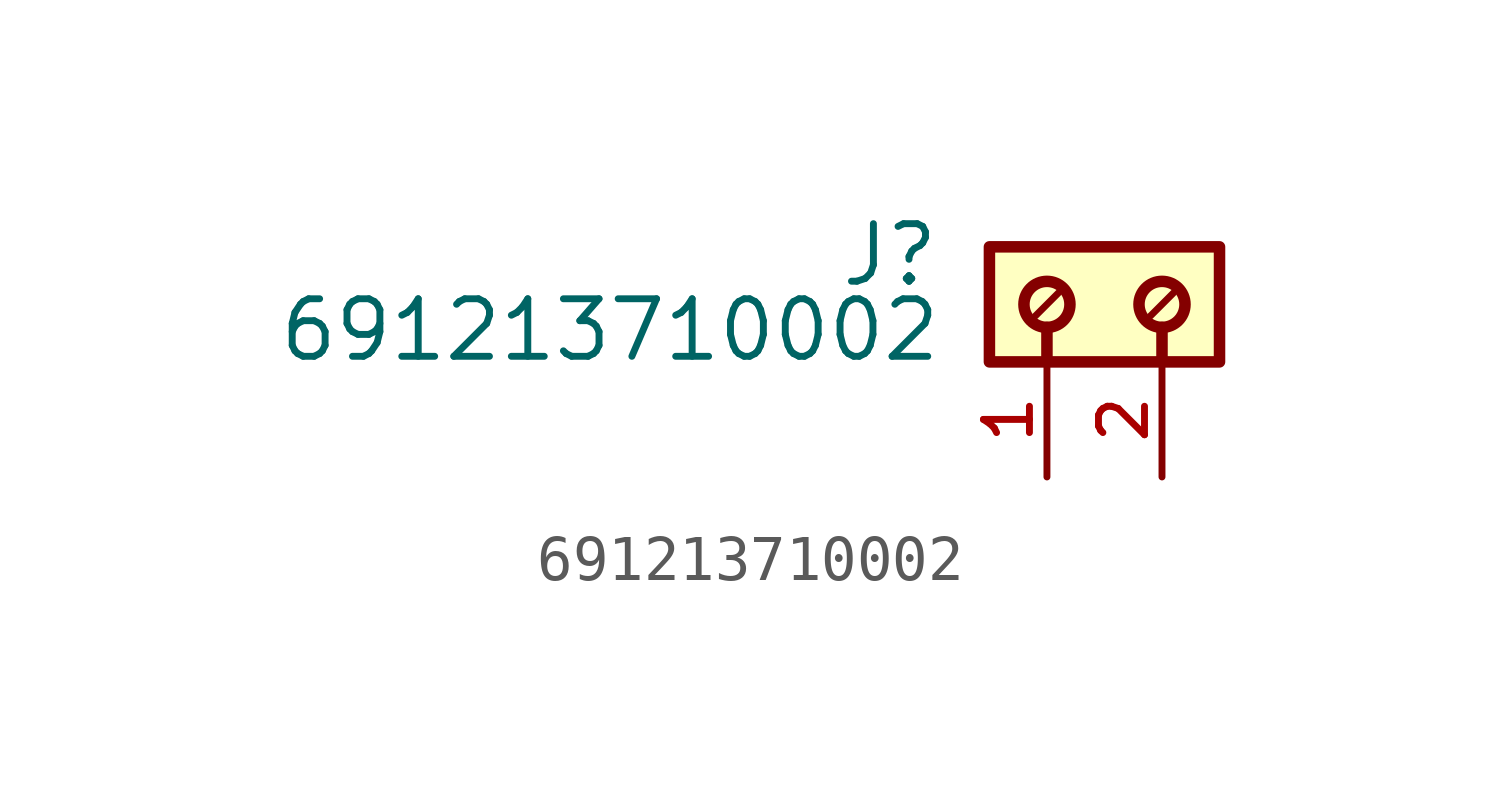
<source format=kicad_sym>
(kicad_symbol_lib
  (version 20211014)
  (generator kicad_symbol_editor)
  (symbol "691213710002"
    (pin_names
      (offset 1.016))
    (property "Reference" "J"
      (at -4.88 -0.922 0)
      (effects (font (size 1.27 1.27)) (justify bottom right)))
    (property "Value" "691213710002"
      (at -4.83 -2.58 0)
      (effects (font (size 1.27 1.27)) (justify bottom right)))
    (symbol "691213710002_0_0"
      (polyline (pts (xy -2.54 -1.778) (xy -2.54 -2.54)) (stroke (width 0.254)))
      (polyline (pts (xy 0.0 -1.778) (xy 0.0 -2.54)) (stroke (width 0.254)))
      (polyline (pts (xy -2.286 -1.016) (xy -2.794 -1.524)) (stroke (width 0.152)))
      (polyline (pts (xy 0.254 -1.016) (xy -0.254 -1.524)) (stroke (width 0.152)))
      (circle (center -2.54 -1.27) (radius 0.508) (stroke (width 0.254)) (fill (type none)))
      (circle (center 0.0 -1.27) (radius 0.508) (stroke (width 0.254)) (fill (type none)))
      (rectangle (start -3.81 -2.54) (end 1.27 -2.22044604925e-16) (stroke (width 0.254)) (fill (type background)))
      (pin passive line (at -2.54 -5.08 90.0) (length 2.54) (name "~" (effects (font (size 1.016 1.016)))) (number "1" (effects (font (size 1.016 1.016)))))
      (pin passive line (at 0.0 -5.08 90.0) (length 2.54) (name "~" (effects (font (size 1.016 1.016)))) (number "2" (effects (font (size 1.016 1.016))))))))
</source>
